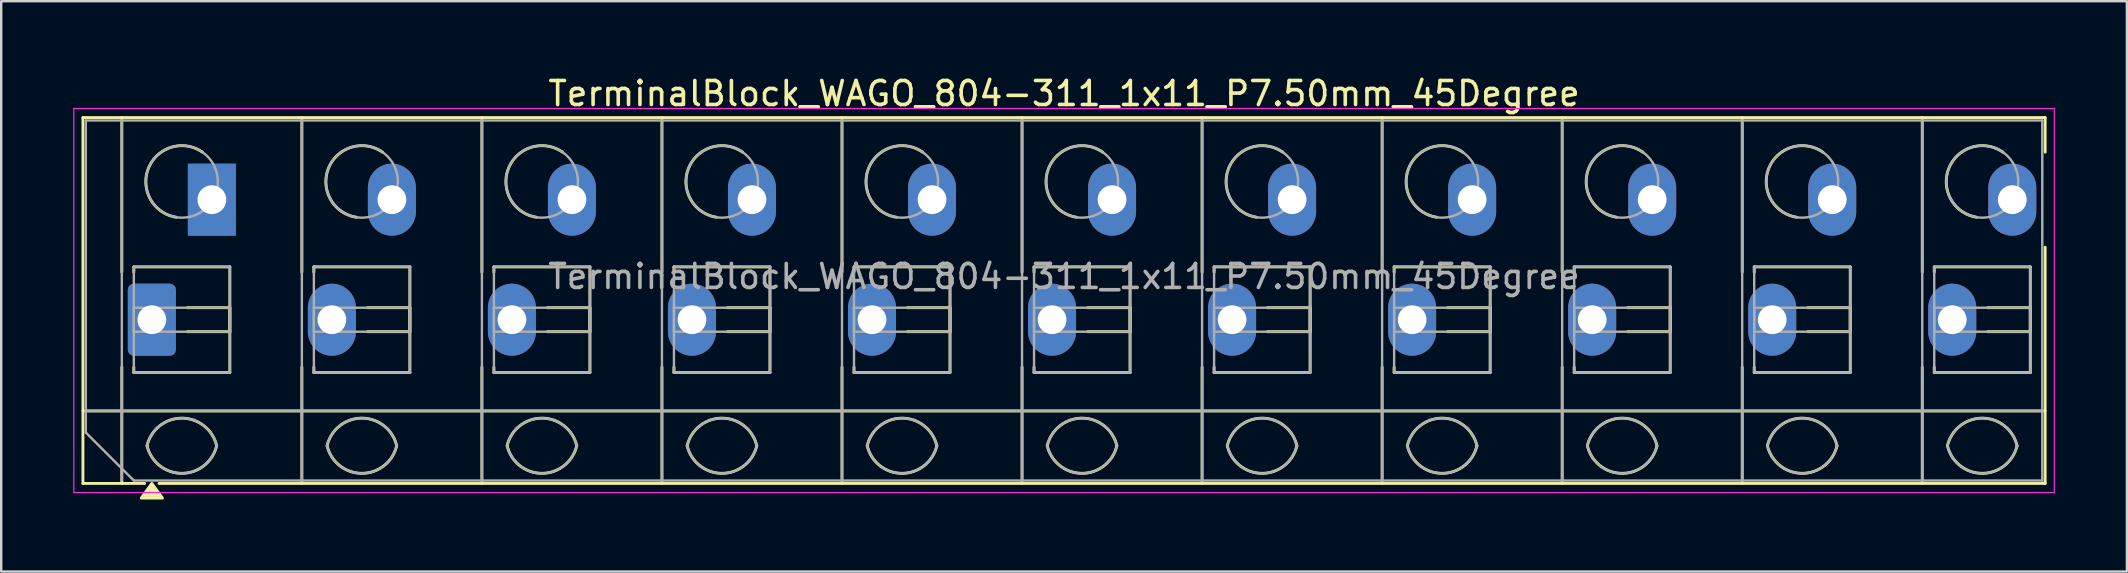
<source format=kicad_pcb>
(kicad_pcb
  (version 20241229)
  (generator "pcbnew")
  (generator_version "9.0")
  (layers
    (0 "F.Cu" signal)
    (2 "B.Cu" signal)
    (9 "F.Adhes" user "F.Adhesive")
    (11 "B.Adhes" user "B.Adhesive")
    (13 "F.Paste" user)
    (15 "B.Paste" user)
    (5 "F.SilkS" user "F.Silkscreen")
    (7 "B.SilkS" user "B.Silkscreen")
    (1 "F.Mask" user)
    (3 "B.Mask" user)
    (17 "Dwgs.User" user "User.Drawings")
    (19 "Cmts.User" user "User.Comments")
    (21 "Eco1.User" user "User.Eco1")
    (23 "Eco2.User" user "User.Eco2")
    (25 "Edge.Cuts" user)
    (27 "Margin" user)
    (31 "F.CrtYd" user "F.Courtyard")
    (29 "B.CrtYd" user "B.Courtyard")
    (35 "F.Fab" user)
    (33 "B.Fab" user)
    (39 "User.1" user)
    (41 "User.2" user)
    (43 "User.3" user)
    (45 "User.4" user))
  (footprint "TerminalBlock_WAGO_804-311_1x11_P7.50mm_45Degree"
    (layer "F.Cu")
    (at 3.275 10.268)
    (property "Reference" "TerminalBlock_WAGO_804-311_1x11_P7.50mm_45Degree" (at 38 -9.42 0) (layer "F.SilkS") (effects (font (size 1 1) (thickness 0.15))))
    (attr through_hole)
    (fp_line (start -2.87 -8.42) (end 78.87 -8.42) (stroke (width 0.12) (type solid)) (layer "F.SilkS"))
    (fp_line (start -2.87 3.8) (end 78.87 3.8) (stroke (width 0.12) (type solid)) (layer "F.SilkS"))
    (fp_line (start -2.87 6.82) (end -2.87 -8.42) (stroke (width 0.12) (type solid)) (layer "F.SilkS"))
    (fp_line (start -1.25 -8.42) (end -1.25 -1.98) (stroke (width 0.12) (type solid)) (layer "F.SilkS"))
    (fp_line (start -1.25 1.98) (end -1.25 6.82) (stroke (width 0.12) (type solid)) (layer "F.SilkS"))
    (fp_line (start -0.75 -2.2) (end 3.25 -2.2) (stroke (width 0.12) (type solid)) (layer "F.SilkS"))
    (fp_line (start -0.75 -1.98) (end -0.75 -2.2) (stroke (width 0.12) (type solid)) (layer "F.SilkS"))
    (fp_line (start -0.75 2.2) (end -0.75 1.98) (stroke (width 0.12) (type solid)) (layer "F.SilkS"))
    (fp_line (start -0.3 6.82) (end -2.87 6.82) (stroke (width 0.12) (type solid)) (layer "F.SilkS"))
    (fp_line (start 1.48 -0.5) (end 3.25 -0.5) (stroke (width 0.12) (type solid)) (layer "F.SilkS"))
    (fp_line (start 3.25 -2.2) (end 3.25 2.2) (stroke (width 0.12) (type solid)) (layer "F.SilkS"))
    (fp_line (start 3.25 -0.5) (end 3.25 0.5) (stroke (width 0.12) (type solid)) (layer "F.SilkS"))
    (fp_line (start 3.25 0.5) (end 1.48 0.5) (stroke (width 0.12) (type solid)) (layer "F.SilkS"))
    (fp_line (start 3.25 2.2) (end -0.75 2.2) (stroke (width 0.12) (type solid)) (layer "F.SilkS"))
    (fp_line (start 6.25 -8.42) (end 6.25 -1.98) (stroke (width 0.12) (type solid)) (layer "F.SilkS"))
    (fp_line (start 6.25 1.98) (end 6.25 6.82) (stroke (width 0.12) (type solid)) (layer "F.SilkS"))
    (fp_line (start 6.75 -2.2) (end 10.75 -2.2) (stroke (width 0.12) (type solid)) (layer "F.SilkS"))
    (fp_line (start 6.75 -1.98) (end 6.75 -2.2) (stroke (width 0.12) (type solid)) (layer "F.SilkS"))
    (fp_line (start 6.75 2.2) (end 6.75 1.98) (stroke (width 0.12) (type solid)) (layer "F.SilkS"))
    (fp_line (start 8.98 -0.5) (end 10.75 -0.5) (stroke (width 0.12) (type solid)) (layer "F.SilkS"))
    (fp_line (start 10.75 -2.2) (end 10.75 2.2) (stroke (width 0.12) (type solid)) (layer "F.SilkS"))
    (fp_line (start 10.75 -0.5) (end 10.75 0.5) (stroke (width 0.12) (type solid)) (layer "F.SilkS"))
    (fp_line (start 10.75 0.5) (end 8.98 0.5) (stroke (width 0.12) (type solid)) (layer "F.SilkS"))
    (fp_line (start 10.75 2.2) (end 6.75 2.2) (stroke (width 0.12) (type solid)) (layer "F.SilkS"))
    (fp_line (start 13.75 -8.42) (end 13.75 -1.98) (stroke (width 0.12) (type solid)) (layer "F.SilkS"))
    (fp_line (start 13.75 1.98) (end 13.75 6.82) (stroke (width 0.12) (type solid)) (layer "F.SilkS"))
    (fp_line (start 14.25 -2.2) (end 18.25 -2.2) (stroke (width 0.12) (type solid)) (layer "F.SilkS"))
    (fp_line (start 14.25 -1.98) (end 14.25 -2.2) (stroke (width 0.12) (type solid)) (layer "F.SilkS"))
    (fp_line (start 14.25 2.2) (end 14.25 1.98) (stroke (width 0.12) (type solid)) (layer "F.SilkS"))
    (fp_line (start 16.48 -0.5) (end 18.25 -0.5) (stroke (width 0.12) (type solid)) (layer "F.SilkS"))
    (fp_line (start 18.25 -2.2) (end 18.25 2.2) (stroke (width 0.12) (type solid)) (layer "F.SilkS"))
    (fp_line (start 18.25 -0.5) (end 18.25 0.5) (stroke (width 0.12) (type solid)) (layer "F.SilkS"))
    (fp_line (start 18.25 0.5) (end 16.48 0.5) (stroke (width 0.12) (type solid)) (layer "F.SilkS"))
    (fp_line (start 18.25 2.2) (end 14.25 2.2) (stroke (width 0.12) (type solid)) (layer "F.SilkS"))
    (fp_line (start 21.25 -8.42) (end 21.25 -1.98) (stroke (width 0.12) (type solid)) (layer "F.SilkS"))
    (fp_line (start 21.25 1.98) (end 21.25 6.82) (stroke (width 0.12) (type solid)) (layer "F.SilkS"))
    (fp_line (start 21.75 -2.2) (end 25.75 -2.2) (stroke (width 0.12) (type solid)) (layer "F.SilkS"))
    (fp_line (start 21.75 -1.98) (end 21.75 -2.2) (stroke (width 0.12) (type solid)) (layer "F.SilkS"))
    (fp_line (start 21.75 2.2) (end 21.75 1.98) (stroke (width 0.12) (type solid)) (layer "F.SilkS"))
    (fp_line (start 23.98 -0.5) (end 25.75 -0.5) (stroke (width 0.12) (type solid)) (layer "F.SilkS"))
    (fp_line (start 25.75 -2.2) (end 25.75 2.2) (stroke (width 0.12) (type solid)) (layer "F.SilkS"))
    (fp_line (start 25.75 -0.5) (end 25.75 0.5) (stroke (width 0.12) (type solid)) (layer "F.SilkS"))
    (fp_line (start 25.75 0.5) (end 23.98 0.5) (stroke (width 0.12) (type solid)) (layer "F.SilkS"))
    (fp_line (start 25.75 2.2) (end 21.75 2.2) (stroke (width 0.12) (type solid)) (layer "F.SilkS"))
    (fp_line (start 28.75 -8.42) (end 28.75 -1.98) (stroke (width 0.12) (type solid)) (layer "F.SilkS"))
    (fp_line (start 28.75 1.98) (end 28.75 6.82) (stroke (width 0.12) (type solid)) (layer "F.SilkS"))
    (fp_line (start 29.25 -2.2) (end 33.25 -2.2) (stroke (width 0.12) (type solid)) (layer "F.SilkS"))
    (fp_line (start 29.25 -1.98) (end 29.25 -2.2) (stroke (width 0.12) (type solid)) (layer "F.SilkS"))
    (fp_line (start 29.25 2.2) (end 29.25 1.98) (stroke (width 0.12) (type solid)) (layer "F.SilkS"))
    (fp_line (start 31.48 -0.5) (end 33.25 -0.5) (stroke (width 0.12) (type solid)) (layer "F.SilkS"))
    (fp_line (start 33.25 -2.2) (end 33.25 2.2) (stroke (width 0.12) (type solid)) (layer "F.SilkS"))
    (fp_line (start 33.25 -0.5) (end 33.25 0.5) (stroke (width 0.12) (type solid)) (layer "F.SilkS"))
    (fp_line (start 33.25 0.5) (end 31.48 0.5) (stroke (width 0.12) (type solid)) (layer "F.SilkS"))
    (fp_line (start 33.25 2.2) (end 29.25 2.2) (stroke (width 0.12) (type solid)) (layer "F.SilkS"))
    (fp_line (start 36.25 -8.42) (end 36.25 -1.98) (stroke (width 0.12) (type solid)) (layer "F.SilkS"))
    (fp_line (start 36.25 1.98) (end 36.25 6.82) (stroke (width 0.12) (type solid)) (layer "F.SilkS"))
    (fp_line (start 36.75 -2.2) (end 40.75 -2.2) (stroke (width 0.12) (type solid)) (layer "F.SilkS"))
    (fp_line (start 36.75 -1.98) (end 36.75 -2.2) (stroke (width 0.12) (type solid)) (layer "F.SilkS"))
    (fp_line (start 36.75 2.2) (end 36.75 1.98) (stroke (width 0.12) (type solid)) (layer "F.SilkS"))
    (fp_line (start 38.98 -0.5) (end 40.75 -0.5) (stroke (width 0.12) (type solid)) (layer "F.SilkS"))
    (fp_line (start 40.75 -2.2) (end 40.75 2.2) (stroke (width 0.12) (type solid)) (layer "F.SilkS"))
    (fp_line (start 40.75 -0.5) (end 40.75 0.5) (stroke (width 0.12) (type solid)) (layer "F.SilkS"))
    (fp_line (start 40.75 0.5) (end 38.98 0.5) (stroke (width 0.12) (type solid)) (layer "F.SilkS"))
    (fp_line (start 40.75 2.2) (end 36.75 2.2) (stroke (width 0.12) (type solid)) (layer "F.SilkS"))
    (fp_line (start 43.75 -8.42) (end 43.75 -1.98) (stroke (width 0.12) (type solid)) (layer "F.SilkS"))
    (fp_line (start 43.75 1.98) (end 43.75 6.82) (stroke (width 0.12) (type solid)) (layer "F.SilkS"))
    (fp_line (start 44.25 -2.2) (end 48.25 -2.2) (stroke (width 0.12) (type solid)) (layer "F.SilkS"))
    (fp_line (start 44.25 -1.98) (end 44.25 -2.2) (stroke (width 0.12) (type solid)) (layer "F.SilkS"))
    (fp_line (start 44.25 2.2) (end 44.25 1.98) (stroke (width 0.12) (type solid)) (layer "F.SilkS"))
    (fp_line (start 46.48 -0.5) (end 48.25 -0.5) (stroke (width 0.12) (type solid)) (layer "F.SilkS"))
    (fp_line (start 48.25 -2.2) (end 48.25 2.2) (stroke (width 0.12) (type solid)) (layer "F.SilkS"))
    (fp_line (start 48.25 -0.5) (end 48.25 0.5) (stroke (width 0.12) (type solid)) (layer "F.SilkS"))
    (fp_line (start 48.25 0.5) (end 46.48 0.5) (stroke (width 0.12) (type solid)) (layer "F.SilkS"))
    (fp_line (start 48.25 2.2) (end 44.25 2.2) (stroke (width 0.12) (type solid)) (layer "F.SilkS"))
    (fp_line (start 51.25 -8.42) (end 51.25 -1.98) (stroke (width 0.12) (type solid)) (layer "F.SilkS"))
    (fp_line (start 51.25 1.98) (end 51.25 6.82) (stroke (width 0.12) (type solid)) (layer "F.SilkS"))
    (fp_line (start 51.75 -2.2) (end 55.75 -2.2) (stroke (width 0.12) (type solid)) (layer "F.SilkS"))
    (fp_line (start 51.75 -1.98) (end 51.75 -2.2) (stroke (width 0.12) (type solid)) (layer "F.SilkS"))
    (fp_line (start 51.75 2.2) (end 51.75 1.98) (stroke (width 0.12) (type solid)) (layer "F.SilkS"))
    (fp_line (start 53.98 -0.5) (end 55.75 -0.5) (stroke (width 0.12) (type solid)) (layer "F.SilkS"))
    (fp_line (start 55.75 -2.2) (end 55.75 2.2) (stroke (width 0.12) (type solid)) (layer "F.SilkS"))
    (fp_line (start 55.75 -0.5) (end 55.75 0.5) (stroke (width 0.12) (type solid)) (layer "F.SilkS"))
    (fp_line (start 55.75 0.5) (end 53.98 0.5) (stroke (width 0.12) (type solid)) (layer "F.SilkS"))
    (fp_line (start 55.75 2.2) (end 51.75 2.2) (stroke (width 0.12) (type solid)) (layer "F.SilkS"))
    (fp_line (start 58.75 -8.42) (end 58.75 -1.98) (stroke (width 0.12) (type solid)) (layer "F.SilkS"))
    (fp_line (start 58.75 1.98) (end 58.75 6.82) (stroke (width 0.12) (type solid)) (layer "F.SilkS"))
    (fp_line (start 59.25 -2.2) (end 63.25 -2.2) (stroke (width 0.12) (type solid)) (layer "F.SilkS"))
    (fp_line (start 59.25 -1.98) (end 59.25 -2.2) (stroke (width 0.12) (type solid)) (layer "F.SilkS"))
    (fp_line (start 59.25 2.2) (end 59.25 1.98) (stroke (width 0.12) (type solid)) (layer "F.SilkS"))
    (fp_line (start 61.48 -0.5) (end 63.25 -0.5) (stroke (width 0.12) (type solid)) (layer "F.SilkS"))
    (fp_line (start 63.25 -2.2) (end 63.25 2.2) (stroke (width 0.12) (type solid)) (layer "F.SilkS"))
    (fp_line (start 63.25 -0.5) (end 63.25 0.5) (stroke (width 0.12) (type solid)) (layer "F.SilkS"))
    (fp_line (start 63.25 0.5) (end 61.48 0.5) (stroke (width 0.12) (type solid)) (layer "F.SilkS"))
    (fp_line (start 63.25 2.2) (end 59.25 2.2) (stroke (width 0.12) (type solid)) (layer "F.SilkS"))
    (fp_line (start 66.25 -8.42) (end 66.25 -1.98) (stroke (width 0.12) (type solid)) (layer "F.SilkS"))
    (fp_line (start 66.25 1.98) (end 66.25 6.82) (stroke (width 0.12) (type solid)) (layer "F.SilkS"))
    (fp_line (start 66.75 -2.2) (end 70.75 -2.2) (stroke (width 0.12) (type solid)) (layer "F.SilkS"))
    (fp_line (start 66.75 -1.98) (end 66.75 -2.2) (stroke (width 0.12) (type solid)) (layer "F.SilkS"))
    (fp_line (start 66.75 2.2) (end 66.75 1.98) (stroke (width 0.12) (type solid)) (layer "F.SilkS"))
    (fp_line (start 68.98 -0.5) (end 70.75 -0.5) (stroke (width 0.12) (type solid)) (layer "F.SilkS"))
    (fp_line (start 70.75 -2.2) (end 70.75 2.2) (stroke (width 0.12) (type solid)) (layer "F.SilkS"))
    (fp_line (start 70.75 -0.5) (end 70.75 0.5) (stroke (width 0.12) (type solid)) (layer "F.SilkS"))
    (fp_line (start 70.75 0.5) (end 68.98 0.5) (stroke (width 0.12) (type solid)) (layer "F.SilkS"))
    (fp_line (start 70.75 2.2) (end 66.75 2.2) (stroke (width 0.12) (type solid)) (layer "F.SilkS"))
    (fp_line (start 73.75 -8.42) (end 73.75 -1.98) (stroke (width 0.12) (type solid)) (layer "F.SilkS"))
    (fp_line (start 73.75 1.98) (end 73.75 6.82) (stroke (width 0.12) (type solid)) (layer "F.SilkS"))
    (fp_line (start 74.25 -2.2) (end 78.25 -2.2) (stroke (width 0.12) (type solid)) (layer "F.SilkS"))
    (fp_line (start 74.25 -1.98) (end 74.25 -2.2) (stroke (width 0.12) (type solid)) (layer "F.SilkS"))
    (fp_line (start 74.25 2.2) (end 74.25 1.98) (stroke (width 0.12) (type solid)) (layer "F.SilkS"))
    (fp_line (start 76.48 -0.5) (end 78.25 -0.5) (stroke (width 0.12) (type solid)) (layer "F.SilkS"))
    (fp_line (start 78.25 -2.2) (end 78.25 2.2) (stroke (width 0.12) (type solid)) (layer "F.SilkS"))
    (fp_line (start 78.25 -0.5) (end 78.25 0.5) (stroke (width 0.12) (type solid)) (layer "F.SilkS"))
    (fp_line (start 78.25 0.5) (end 76.48 0.5) (stroke (width 0.12) (type solid)) (layer "F.SilkS"))
    (fp_line (start 78.25 2.2) (end 74.25 2.2) (stroke (width 0.12) (type solid)) (layer "F.SilkS"))
    (fp_line (start 78.87 -8.42) (end 78.87 -6.98) (stroke (width 0.12) (type solid)) (layer "F.SilkS"))
    (fp_line (start 78.87 -3.02) (end 78.87 6.82) (stroke (width 0.12) (type solid)) (layer "F.SilkS"))
    (fp_line (start 78.87 6.82) (end 0.3 6.82) (stroke (width 0.12) (type solid)) (layer "F.SilkS"))
    (fp_arc (start -0.2 5.25) (mid 1.25 4.1) (end 2.7 5.25) (stroke (width 0.12) (type solid)) (layer "F.SilkS"))
    (fp_arc (start 1.02 -4.268) (mid -0.141916 -6.309209) (end 2.109 -6.98) (stroke (width 0.12) (type solid)) (layer "F.SilkS"))
    (fp_arc (start 2.7 5.25) (mid 1.25 6.4) (end -0.2 5.25) (stroke (width 0.12) (type solid)) (layer "F.SilkS"))
    (fp_arc (start 7.3 5.25) (mid 8.75 4.1) (end 10.2 5.25) (stroke (width 0.12) (type solid)) (layer "F.SilkS"))
    (fp_arc (start 8.52 -4.268) (mid 7.358084 -6.309209) (end 9.609 -6.98) (stroke (width 0.12) (type solid)) (layer "F.SilkS"))
    (fp_arc (start 10.2 5.25) (mid 8.75 6.4) (end 7.3 5.25) (stroke (width 0.12) (type solid)) (layer "F.SilkS"))
    (fp_arc (start 14.8 5.25) (mid 16.25 4.1) (end 17.7 5.25) (stroke (width 0.12) (type solid)) (layer "F.SilkS"))
    (fp_arc (start 16.02 -4.268) (mid 14.858084 -6.309209) (end 17.109 -6.98) (stroke (width 0.12) (type solid)) (layer "F.SilkS"))
    (fp_arc (start 17.7 5.25) (mid 16.25 6.4) (end 14.8 5.25) (stroke (width 0.12) (type solid)) (layer "F.SilkS"))
    (fp_arc (start 22.3 5.25) (mid 23.75 4.1) (end 25.2 5.25) (stroke (width 0.12) (type solid)) (layer "F.SilkS"))
    (fp_arc (start 23.52 -4.268) (mid 22.358084 -6.309209) (end 24.609 -6.98) (stroke (width 0.12) (type solid)) (layer "F.SilkS"))
    (fp_arc (start 25.2 5.25) (mid 23.75 6.4) (end 22.3 5.25) (stroke (width 0.12) (type solid)) (layer "F.SilkS"))
    (fp_arc (start 29.8 5.25) (mid 31.25 4.1) (end 32.7 5.25) (stroke (width 0.12) (type solid)) (layer "F.SilkS"))
    (fp_arc (start 31.02 -4.268) (mid 29.858084 -6.309209) (end 32.109 -6.98) (stroke (width 0.12) (type solid)) (layer "F.SilkS"))
    (fp_arc (start 32.7 5.25) (mid 31.25 6.4) (end 29.8 5.25) (stroke (width 0.12) (type solid)) (layer "F.SilkS"))
    (fp_arc (start 37.3 5.25) (mid 38.75 4.1) (end 40.2 5.25) (stroke (width 0.12) (type solid)) (layer "F.SilkS"))
    (fp_arc (start 38.52 -4.268) (mid 37.358084 -6.309209) (end 39.609 -6.98) (stroke (width 0.12) (type solid)) (layer "F.SilkS"))
    (fp_arc (start 40.2 5.25) (mid 38.75 6.4) (end 37.3 5.25) (stroke (width 0.12) (type solid)) (layer "F.SilkS"))
    (fp_arc (start 44.8 5.25) (mid 46.25 4.1) (end 47.7 5.25) (stroke (width 0.12) (type solid)) (layer "F.SilkS"))
    (fp_arc (start 46.02 -4.268) (mid 44.858084 -6.309209) (end 47.109 -6.98) (stroke (width 0.12) (type solid)) (layer "F.SilkS"))
    (fp_arc (start 47.7 5.25) (mid 46.25 6.4) (end 44.8 5.25) (stroke (width 0.12) (type solid)) (layer "F.SilkS"))
    (fp_arc (start 52.3 5.25) (mid 53.75 4.1) (end 55.2 5.25) (stroke (width 0.12) (type solid)) (layer "F.SilkS"))
    (fp_arc (start 53.52 -4.268) (mid 52.358084 -6.309209) (end 54.609 -6.98) (stroke (width 0.12) (type solid)) (layer "F.SilkS"))
    (fp_arc (start 55.2 5.25) (mid 53.75 6.4) (end 52.3 5.25) (stroke (width 0.12) (type solid)) (layer "F.SilkS"))
    (fp_arc (start 59.8 5.25) (mid 61.25 4.1) (end 62.7 5.25) (stroke (width 0.12) (type solid)) (layer "F.SilkS"))
    (fp_arc (start 61.02 -4.268) (mid 59.858084 -6.309209) (end 62.109 -6.98) (stroke (width 0.12) (type solid)) (layer "F.SilkS"))
    (fp_arc (start 62.7 5.25) (mid 61.25 6.4) (end 59.8 5.25) (stroke (width 0.12) (type solid)) (layer "F.SilkS"))
    (fp_arc (start 67.3 5.25) (mid 68.75 4.1) (end 70.2 5.25) (stroke (width 0.12) (type solid)) (layer "F.SilkS"))
    (fp_arc (start 68.52 -4.268) (mid 67.358084 -6.309209) (end 69.609 -6.98) (stroke (width 0.12) (type solid)) (layer "F.SilkS"))
    (fp_arc (start 70.2 5.25) (mid 68.75 6.4) (end 67.3 5.25) (stroke (width 0.12) (type solid)) (layer "F.SilkS"))
    (fp_arc (start 74.8 5.25) (mid 76.25 4.1) (end 77.7 5.25) (stroke (width 0.12) (type solid)) (layer "F.SilkS"))
    (fp_arc (start 76.02 -4.268) (mid 74.858084 -6.309209) (end 77.109 -6.98) (stroke (width 0.12) (type solid)) (layer "F.SilkS"))
    (fp_arc (start 77.7 5.25) (mid 76.25 6.4) (end 74.8 5.25) (stroke (width 0.12) (type solid)) (layer "F.SilkS"))
    (fp_poly (pts (xy 0 6.82) (xy 0.44 7.43) (xy -0.44 7.43)) (stroke (width 0.12) (type solid)) (fill yes) (layer "F.SilkS"))
    (fp_line (start -3.25 -8.8) (end -3.25 7.2) (stroke (width 0.05) (type solid)) (layer "F.CrtYd"))
    (fp_line (start -3.25 7.2) (end 79.25 7.2) (stroke (width 0.05) (type solid)) (layer "F.CrtYd"))
    (fp_line (start 79.25 -8.8) (end -3.25 -8.8) (stroke (width 0.05) (type solid)) (layer "F.CrtYd"))
    (fp_line (start 79.25 7.2) (end 79.25 -8.8) (stroke (width 0.05) (type solid)) (layer "F.CrtYd"))
    (fp_line (start -2.75 -8.3) (end 78.75 -8.3) (stroke (width 0.1) (type solid)) (layer "F.Fab"))
    (fp_line (start -2.75 3.8) (end 78.75 3.8) (stroke (width 0.1) (type solid)) (layer "F.Fab"))
    (fp_line (start -2.75 4.7) (end -2.75 -8.3) (stroke (width 0.1) (type solid)) (layer "F.Fab"))
    (fp_line (start -1.25 -8.3) (end -1.25 6.7) (stroke (width 0.1) (type solid)) (layer "F.Fab"))
    (fp_line (start -0.75 -2.2) (end -0.75 2.2) (stroke (width 0.1) (type solid)) (layer "F.Fab"))
    (fp_line (start -0.75 -0.5) (end -0.75 0.5) (stroke (width 0.1) (type solid)) (layer "F.Fab"))
    (fp_line (start -0.75 0.5) (end 3.25 0.5) (stroke (width 0.1) (type solid)) (layer "F.Fab"))
    (fp_line (start -0.75 2.2) (end 3.25 2.2) (stroke (width 0.1) (type solid)) (layer "F.Fab"))
    (fp_line (start -0.75 6.7) (end -2.75 4.7) (stroke (width 0.1) (type solid)) (layer "F.Fab"))
    (fp_line (start 3.25 -2.2) (end -0.75 -2.2) (stroke (width 0.1) (type solid)) (layer "F.Fab"))
    (fp_line (start 3.25 -0.5) (end -0.75 -0.5) (stroke (width 0.1) (type solid)) (layer "F.Fab"))
    (fp_line (start 3.25 0.5) (end 3.25 -0.5) (stroke (width 0.1) (type solid)) (layer "F.Fab"))
    (fp_line (start 3.25 2.2) (end 3.25 -2.2) (stroke (width 0.1) (type solid)) (layer "F.Fab"))
    (fp_line (start 6.25 -8.3) (end 6.25 6.7) (stroke (width 0.1) (type solid)) (layer "F.Fab"))
    (fp_line (start 6.75 -2.2) (end 6.75 2.2) (stroke (width 0.1) (type solid)) (layer "F.Fab"))
    (fp_line (start 6.75 -0.5) (end 6.75 0.5) (stroke (width 0.1) (type solid)) (layer "F.Fab"))
    (fp_line (start 6.75 0.5) (end 10.75 0.5) (stroke (width 0.1) (type solid)) (layer "F.Fab"))
    (fp_line (start 6.75 2.2) (end 10.75 2.2) (stroke (width 0.1) (type solid)) (layer "F.Fab"))
    (fp_line (start 10.75 -2.2) (end 6.75 -2.2) (stroke (width 0.1) (type solid)) (layer "F.Fab"))
    (fp_line (start 10.75 -0.5) (end 6.75 -0.5) (stroke (width 0.1) (type solid)) (layer "F.Fab"))
    (fp_line (start 10.75 0.5) (end 10.75 -0.5) (stroke (width 0.1) (type solid)) (layer "F.Fab"))
    (fp_line (start 10.75 2.2) (end 10.75 -2.2) (stroke (width 0.1) (type solid)) (layer "F.Fab"))
    (fp_line (start 13.75 -8.3) (end 13.75 6.7) (stroke (width 0.1) (type solid)) (layer "F.Fab"))
    (fp_line (start 14.25 -2.2) (end 14.25 2.2) (stroke (width 0.1) (type solid)) (layer "F.Fab"))
    (fp_line (start 14.25 -0.5) (end 14.25 0.5) (stroke (width 0.1) (type solid)) (layer "F.Fab"))
    (fp_line (start 14.25 0.5) (end 18.25 0.5) (stroke (width 0.1) (type solid)) (layer "F.Fab"))
    (fp_line (start 14.25 2.2) (end 18.25 2.2) (stroke (width 0.1) (type solid)) (layer "F.Fab"))
    (fp_line (start 18.25 -2.2) (end 14.25 -2.2) (stroke (width 0.1) (type solid)) (layer "F.Fab"))
    (fp_line (start 18.25 -0.5) (end 14.25 -0.5) (stroke (width 0.1) (type solid)) (layer "F.Fab"))
    (fp_line (start 18.25 0.5) (end 18.25 -0.5) (stroke (width 0.1) (type solid)) (layer "F.Fab"))
    (fp_line (start 18.25 2.2) (end 18.25 -2.2) (stroke (width 0.1) (type solid)) (layer "F.Fab"))
    (fp_line (start 21.25 -8.3) (end 21.25 6.7) (stroke (width 0.1) (type solid)) (layer "F.Fab"))
    (fp_line (start 21.75 -2.2) (end 21.75 2.2) (stroke (width 0.1) (type solid)) (layer "F.Fab"))
    (fp_line (start 21.75 -0.5) (end 21.75 0.5) (stroke (width 0.1) (type solid)) (layer "F.Fab"))
    (fp_line (start 21.75 0.5) (end 25.75 0.5) (stroke (width 0.1) (type solid)) (layer "F.Fab"))
    (fp_line (start 21.75 2.2) (end 25.75 2.2) (stroke (width 0.1) (type solid)) (layer "F.Fab"))
    (fp_line (start 25.75 -2.2) (end 21.75 -2.2) (stroke (width 0.1) (type solid)) (layer "F.Fab"))
    (fp_line (start 25.75 -0.5) (end 21.75 -0.5) (stroke (width 0.1) (type solid)) (layer "F.Fab"))
    (fp_line (start 25.75 0.5) (end 25.75 -0.5) (stroke (width 0.1) (type solid)) (layer "F.Fab"))
    (fp_line (start 25.75 2.2) (end 25.75 -2.2) (stroke (width 0.1) (type solid)) (layer "F.Fab"))
    (fp_line (start 28.75 -8.3) (end 28.75 6.7) (stroke (width 0.1) (type solid)) (layer "F.Fab"))
    (fp_line (start 29.25 -2.2) (end 29.25 2.2) (stroke (width 0.1) (type solid)) (layer "F.Fab"))
    (fp_line (start 29.25 -0.5) (end 29.25 0.5) (stroke (width 0.1) (type solid)) (layer "F.Fab"))
    (fp_line (start 29.25 0.5) (end 33.25 0.5) (stroke (width 0.1) (type solid)) (layer "F.Fab"))
    (fp_line (start 29.25 2.2) (end 33.25 2.2) (stroke (width 0.1) (type solid)) (layer "F.Fab"))
    (fp_line (start 33.25 -2.2) (end 29.25 -2.2) (stroke (width 0.1) (type solid)) (layer "F.Fab"))
    (fp_line (start 33.25 -0.5) (end 29.25 -0.5) (stroke (width 0.1) (type solid)) (layer "F.Fab"))
    (fp_line (start 33.25 0.5) (end 33.25 -0.5) (stroke (width 0.1) (type solid)) (layer "F.Fab"))
    (fp_line (start 33.25 2.2) (end 33.25 -2.2) (stroke (width 0.1) (type solid)) (layer "F.Fab"))
    (fp_line (start 36.25 -8.3) (end 36.25 6.7) (stroke (width 0.1) (type solid)) (layer "F.Fab"))
    (fp_line (start 36.75 -2.2) (end 36.75 2.2) (stroke (width 0.1) (type solid)) (layer "F.Fab"))
    (fp_line (start 36.75 -0.5) (end 36.75 0.5) (stroke (width 0.1) (type solid)) (layer "F.Fab"))
    (fp_line (start 36.75 0.5) (end 40.75 0.5) (stroke (width 0.1) (type solid)) (layer "F.Fab"))
    (fp_line (start 36.75 2.2) (end 40.75 2.2) (stroke (width 0.1) (type solid)) (layer "F.Fab"))
    (fp_line (start 40.75 -2.2) (end 36.75 -2.2) (stroke (width 0.1) (type solid)) (layer "F.Fab"))
    (fp_line (start 40.75 -0.5) (end 36.75 -0.5) (stroke (width 0.1) (type solid)) (layer "F.Fab"))
    (fp_line (start 40.75 0.5) (end 40.75 -0.5) (stroke (width 0.1) (type solid)) (layer "F.Fab"))
    (fp_line (start 40.75 2.2) (end 40.75 -2.2) (stroke (width 0.1) (type solid)) (layer "F.Fab"))
    (fp_line (start 43.75 -8.3) (end 43.75 6.7) (stroke (width 0.1) (type solid)) (layer "F.Fab"))
    (fp_line (start 44.25 -2.2) (end 44.25 2.2) (stroke (width 0.1) (type solid)) (layer "F.Fab"))
    (fp_line (start 44.25 -0.5) (end 44.25 0.5) (stroke (width 0.1) (type solid)) (layer "F.Fab"))
    (fp_line (start 44.25 0.5) (end 48.25 0.5) (stroke (width 0.1) (type solid)) (layer "F.Fab"))
    (fp_line (start 44.25 2.2) (end 48.25 2.2) (stroke (width 0.1) (type solid)) (layer "F.Fab"))
    (fp_line (start 48.25 -2.2) (end 44.25 -2.2) (stroke (width 0.1) (type solid)) (layer "F.Fab"))
    (fp_line (start 48.25 -0.5) (end 44.25 -0.5) (stroke (width 0.1) (type solid)) (layer "F.Fab"))
    (fp_line (start 48.25 0.5) (end 48.25 -0.5) (stroke (width 0.1) (type solid)) (layer "F.Fab"))
    (fp_line (start 48.25 2.2) (end 48.25 -2.2) (stroke (width 0.1) (type solid)) (layer "F.Fab"))
    (fp_line (start 51.25 -8.3) (end 51.25 6.7) (stroke (width 0.1) (type solid)) (layer "F.Fab"))
    (fp_line (start 51.75 -2.2) (end 51.75 2.2) (stroke (width 0.1) (type solid)) (layer "F.Fab"))
    (fp_line (start 51.75 -0.5) (end 51.75 0.5) (stroke (width 0.1) (type solid)) (layer "F.Fab"))
    (fp_line (start 51.75 0.5) (end 55.75 0.5) (stroke (width 0.1) (type solid)) (layer "F.Fab"))
    (fp_line (start 51.75 2.2) (end 55.75 2.2) (stroke (width 0.1) (type solid)) (layer "F.Fab"))
    (fp_line (start 55.75 -2.2) (end 51.75 -2.2) (stroke (width 0.1) (type solid)) (layer "F.Fab"))
    (fp_line (start 55.75 -0.5) (end 51.75 -0.5) (stroke (width 0.1) (type solid)) (layer "F.Fab"))
    (fp_line (start 55.75 0.5) (end 55.75 -0.5) (stroke (width 0.1) (type solid)) (layer "F.Fab"))
    (fp_line (start 55.75 2.2) (end 55.75 -2.2) (stroke (width 0.1) (type solid)) (layer "F.Fab"))
    (fp_line (start 58.75 -8.3) (end 58.75 6.7) (stroke (width 0.1) (type solid)) (layer "F.Fab"))
    (fp_line (start 59.25 -2.2) (end 59.25 2.2) (stroke (width 0.1) (type solid)) (layer "F.Fab"))
    (fp_line (start 59.25 -0.5) (end 59.25 0.5) (stroke (width 0.1) (type solid)) (layer "F.Fab"))
    (fp_line (start 59.25 0.5) (end 63.25 0.5) (stroke (width 0.1) (type solid)) (layer "F.Fab"))
    (fp_line (start 59.25 2.2) (end 63.25 2.2) (stroke (width 0.1) (type solid)) (layer "F.Fab"))
    (fp_line (start 63.25 -2.2) (end 59.25 -2.2) (stroke (width 0.1) (type solid)) (layer "F.Fab"))
    (fp_line (start 63.25 -0.5) (end 59.25 -0.5) (stroke (width 0.1) (type solid)) (layer "F.Fab"))
    (fp_line (start 63.25 0.5) (end 63.25 -0.5) (stroke (width 0.1) (type solid)) (layer "F.Fab"))
    (fp_line (start 63.25 2.2) (end 63.25 -2.2) (stroke (width 0.1) (type solid)) (layer "F.Fab"))
    (fp_line (start 66.25 -8.3) (end 66.25 6.7) (stroke (width 0.1) (type solid)) (layer "F.Fab"))
    (fp_line (start 66.75 -2.2) (end 66.75 2.2) (stroke (width 0.1) (type solid)) (layer "F.Fab"))
    (fp_line (start 66.75 -0.5) (end 66.75 0.5) (stroke (width 0.1) (type solid)) (layer "F.Fab"))
    (fp_line (start 66.75 0.5) (end 70.75 0.5) (stroke (width 0.1) (type solid)) (layer "F.Fab"))
    (fp_line (start 66.75 2.2) (end 70.75 2.2) (stroke (width 0.1) (type solid)) (layer "F.Fab"))
    (fp_line (start 70.75 -2.2) (end 66.75 -2.2) (stroke (width 0.1) (type solid)) (layer "F.Fab"))
    (fp_line (start 70.75 -0.5) (end 66.75 -0.5) (stroke (width 0.1) (type solid)) (layer "F.Fab"))
    (fp_line (start 70.75 0.5) (end 70.75 -0.5) (stroke (width 0.1) (type solid)) (layer "F.Fab"))
    (fp_line (start 70.75 2.2) (end 70.75 -2.2) (stroke (width 0.1) (type solid)) (layer "F.Fab"))
    (fp_line (start 73.75 -8.3) (end 73.75 6.7) (stroke (width 0.1) (type solid)) (layer "F.Fab"))
    (fp_line (start 74.25 -2.2) (end 74.25 2.2) (stroke (width 0.1) (type solid)) (layer "F.Fab"))
    (fp_line (start 74.25 -0.5) (end 74.25 0.5) (stroke (width 0.1) (type solid)) (layer "F.Fab"))
    (fp_line (start 74.25 0.5) (end 78.25 0.5) (stroke (width 0.1) (type solid)) (layer "F.Fab"))
    (fp_line (start 74.25 2.2) (end 78.25 2.2) (stroke (width 0.1) (type solid)) (layer "F.Fab"))
    (fp_line (start 78.25 -2.2) (end 74.25 -2.2) (stroke (width 0.1) (type solid)) (layer "F.Fab"))
    (fp_line (start 78.25 -0.5) (end 74.25 -0.5) (stroke (width 0.1) (type solid)) (layer "F.Fab"))
    (fp_line (start 78.25 0.5) (end 78.25 -0.5) (stroke (width 0.1) (type solid)) (layer "F.Fab"))
    (fp_line (start 78.25 2.2) (end 78.25 -2.2) (stroke (width 0.1) (type solid)) (layer "F.Fab"))
    (fp_line (start 78.75 -8.3) (end 78.75 6.7) (stroke (width 0.1) (type solid)) (layer "F.Fab"))
    (fp_line (start 78.75 6.7) (end -0.75 6.7) (stroke (width 0.1) (type solid)) (layer "F.Fab"))
    (fp_arc (start -0.2 5.25) (mid 1.25 4.1) (end 2.7 5.25) (stroke (width 0.1) (type solid)) (layer "F.Fab"))
    (fp_arc (start 2.7 5.25) (mid 1.25 6.4) (end -0.2 5.25) (stroke (width 0.1) (type solid)) (layer "F.Fab"))
    (fp_arc (start 7.3 5.25) (mid 8.75 4.1) (end 10.2 5.25) (stroke (width 0.1) (type solid)) (layer "F.Fab"))
    (fp_arc (start 10.2 5.25) (mid 8.75 6.4) (end 7.3 5.25) (stroke (width 0.1) (type solid)) (layer "F.Fab"))
    (fp_arc (start 14.8 5.25) (mid 16.25 4.1) (end 17.7 5.25) (stroke (width 0.1) (type solid)) (layer "F.Fab"))
    (fp_arc (start 17.7 5.25) (mid 16.25 6.4) (end 14.8 5.25) (stroke (width 0.1) (type solid)) (layer "F.Fab"))
    (fp_arc (start 22.3 5.25) (mid 23.75 4.1) (end 25.2 5.25) (stroke (width 0.1) (type solid)) (layer "F.Fab"))
    (fp_arc (start 25.2 5.25) (mid 23.75 6.4) (end 22.3 5.25) (stroke (width 0.1) (type solid)) (layer "F.Fab"))
    (fp_arc (start 29.8 5.25) (mid 31.25 4.1) (end 32.7 5.25) (stroke (width 0.1) (type solid)) (layer "F.Fab"))
    (fp_arc (start 32.7 5.25) (mid 31.25 6.4) (end 29.8 5.25) (stroke (width 0.1) (type solid)) (layer "F.Fab"))
    (fp_arc (start 37.3 5.25) (mid 38.75 4.1) (end 40.2 5.25) (stroke (width 0.1) (type solid)) (layer "F.Fab"))
    (fp_arc (start 40.2 5.25) (mid 38.75 6.4) (end 37.3 5.25) (stroke (width 0.1) (type solid)) (layer "F.Fab"))
    (fp_arc (start 44.8 5.25) (mid 46.25 4.1) (end 47.7 5.25) (stroke (width 0.1) (type solid)) (layer "F.Fab"))
    (fp_arc (start 47.7 5.25) (mid 46.25 6.4) (end 44.8 5.25) (stroke (width 0.1) (type solid)) (layer "F.Fab"))
    (fp_arc (start 52.3 5.25) (mid 53.75 4.1) (end 55.2 5.25) (stroke (width 0.1) (type solid)) (layer "F.Fab"))
    (fp_arc (start 55.2 5.25) (mid 53.75 6.4) (end 52.3 5.25) (stroke (width 0.1) (type solid)) (layer "F.Fab"))
    (fp_arc (start 59.8 5.25) (mid 61.25 4.1) (end 62.7 5.25) (stroke (width 0.1) (type solid)) (layer "F.Fab"))
    (fp_arc (start 62.7 5.25) (mid 61.25 6.4) (end 59.8 5.25) (stroke (width 0.1) (type solid)) (layer "F.Fab"))
    (fp_arc (start 67.3 5.25) (mid 68.75 4.1) (end 70.2 5.25) (stroke (width 0.1) (type solid)) (layer "F.Fab"))
    (fp_arc (start 70.2 5.25) (mid 68.75 6.4) (end 67.3 5.25) (stroke (width 0.1) (type solid)) (layer "F.Fab"))
    (fp_arc (start 74.8 5.25) (mid 76.25 4.1) (end 77.7 5.25) (stroke (width 0.1) (type solid)) (layer "F.Fab"))
    (fp_arc (start 77.7 5.25) (mid 76.25 6.4) (end 74.8 5.25) (stroke (width 0.1) (type solid)) (layer "F.Fab"))
    (fp_circle (center 1.25 -5.75) (end 2.75 -5.75) (stroke (width 0.1) (type solid)) (fill no) (layer "F.Fab"))
    (fp_circle (center 8.75 -5.75) (end 10.25 -5.75) (stroke (width 0.1) (type solid)) (fill no) (layer "F.Fab"))
    (fp_circle (center 16.25 -5.75) (end 17.75 -5.75) (stroke (width 0.1) (type solid)) (fill no) (layer "F.Fab"))
    (fp_circle (center 23.75 -5.75) (end 25.25 -5.75) (stroke (width 0.1) (type solid)) (fill no) (layer "F.Fab"))
    (fp_circle (center 31.25 -5.75) (end 32.75 -5.75) (stroke (width 0.1) (type solid)) (fill no) (layer "F.Fab"))
    (fp_circle (center 38.75 -5.75) (end 40.25 -5.75) (stroke (width 0.1) (type solid)) (fill no) (layer "F.Fab"))
    (fp_circle (center 46.25 -5.75) (end 47.75 -5.75) (stroke (width 0.1) (type solid)) (fill no) (layer "F.Fab"))
    (fp_circle (center 53.75 -5.75) (end 55.25 -5.75) (stroke (width 0.1) (type solid)) (fill no) (layer "F.Fab"))
    (fp_circle (center 61.25 -5.75) (end 62.75 -5.75) (stroke (width 0.1) (type solid)) (fill no) (layer "F.Fab"))
    (fp_circle (center 68.75 -5.75) (end 70.25 -5.75) (stroke (width 0.1) (type solid)) (fill no) (layer "F.Fab"))
    (fp_circle (center 76.25 -5.75) (end 77.75 -5.75) (stroke (width 0.1) (type solid)) (fill no) (layer "F.Fab"))
    (fp_text user "${REFERENCE}" (at 38 -1.8 0) (layer "F.Fab") (effects (font (size 1 1) (thickness 0.15))))
    (pad "1" thru_hole roundrect (at 0 0) (size 2 3) (drill 1.2) (layers "*.Cu" "*.Mask") (roundrect_rratio 0.125))
    (pad "1" thru_hole rect (at 2.5 -5) (size 2 3) (drill 1.2) (layers "*.Cu" "*.Mask"))
    (pad "2" thru_hole oval (at 7.5 0) (size 2 3) (drill 1.2) (layers "*.Cu" "*.Mask"))
    (pad "2" thru_hole oval (at 10 -5) (size 2 3) (drill 1.2) (layers "*.Cu" "*.Mask"))
    (pad "3" thru_hole oval (at 15 0) (size 2 3) (drill 1.2) (layers "*.Cu" "*.Mask"))
    (pad "3" thru_hole oval (at 17.5 -5) (size 2 3) (drill 1.2) (layers "*.Cu" "*.Mask"))
    (pad "4" thru_hole oval (at 22.5 0) (size 2 3) (drill 1.2) (layers "*.Cu" "*.Mask"))
    (pad "4" thru_hole oval (at 25 -5) (size 2 3) (drill 1.2) (layers "*.Cu" "*.Mask"))
    (pad "5" thru_hole oval (at 30 0) (size 2 3) (drill 1.2) (layers "*.Cu" "*.Mask"))
    (pad "5" thru_hole oval (at 32.5 -5) (size 2 3) (drill 1.2) (layers "*.Cu" "*.Mask"))
    (pad "6" thru_hole oval (at 37.5 0) (size 2 3) (drill 1.2) (layers "*.Cu" "*.Mask"))
    (pad "6" thru_hole oval (at 40 -5) (size 2 3) (drill 1.2) (layers "*.Cu" "*.Mask"))
    (pad "7" thru_hole oval (at 45 0) (size 2 3) (drill 1.2) (layers "*.Cu" "*.Mask"))
    (pad "7" thru_hole oval (at 47.5 -5) (size 2 3) (drill 1.2) (layers "*.Cu" "*.Mask"))
    (pad "8" thru_hole oval (at 52.5 0) (size 2 3) (drill 1.2) (layers "*.Cu" "*.Mask"))
    (pad "8" thru_hole oval (at 55 -5) (size 2 3) (drill 1.2) (layers "*.Cu" "*.Mask"))
    (pad "9" thru_hole oval (at 60 0) (size 2 3) (drill 1.2) (layers "*.Cu" "*.Mask"))
    (pad "9" thru_hole oval (at 62.5 -5) (size 2 3) (drill 1.2) (layers "*.Cu" "*.Mask"))
    (pad "10" thru_hole oval (at 67.5 0) (size 2 3) (drill 1.2) (layers "*.Cu" "*.Mask"))
    (pad "10" thru_hole oval (at 70 -5) (size 2 3) (drill 1.2) (layers "*.Cu" "*.Mask"))
    (pad "11" thru_hole oval (at 75 0) (size 2 3) (drill 1.2) (layers "*.Cu" "*.Mask"))
    (pad "11" thru_hole oval (at 77.5 -5) (size 2 3) (drill 1.2) (layers "*.Cu" "*.Mask")))
  (gr_rect
    (start -3 -3)
    (end 85.55 20.758)
    (stroke (width 0.1) (type default))
    (fill no)
    (layer "Edge.Cuts")))
</source>
